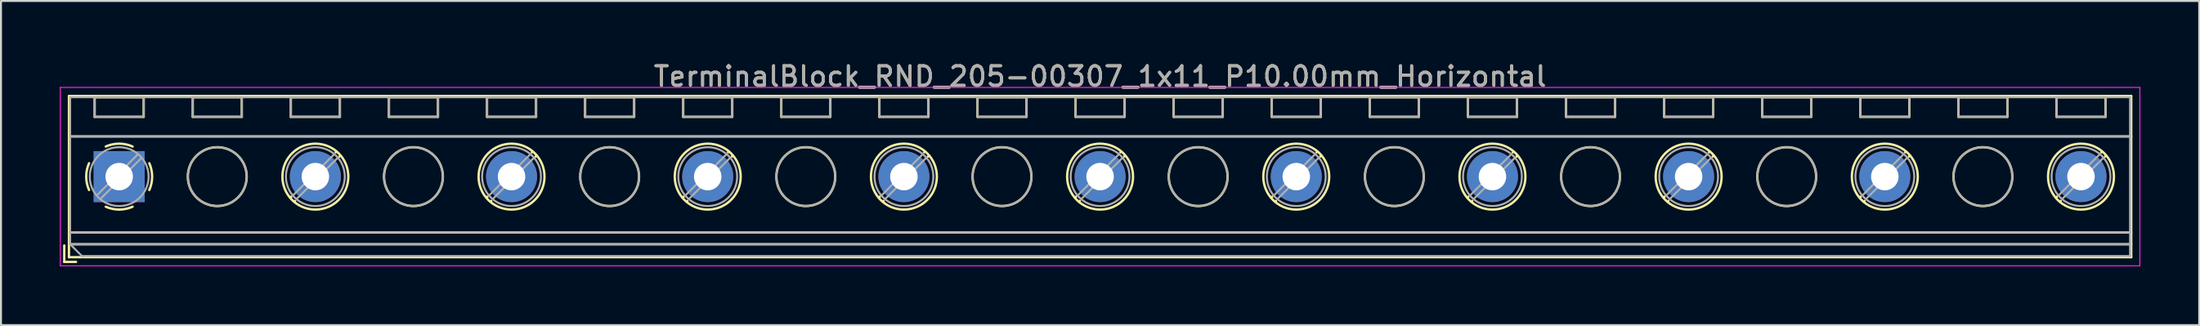
<source format=kicad_pcb>
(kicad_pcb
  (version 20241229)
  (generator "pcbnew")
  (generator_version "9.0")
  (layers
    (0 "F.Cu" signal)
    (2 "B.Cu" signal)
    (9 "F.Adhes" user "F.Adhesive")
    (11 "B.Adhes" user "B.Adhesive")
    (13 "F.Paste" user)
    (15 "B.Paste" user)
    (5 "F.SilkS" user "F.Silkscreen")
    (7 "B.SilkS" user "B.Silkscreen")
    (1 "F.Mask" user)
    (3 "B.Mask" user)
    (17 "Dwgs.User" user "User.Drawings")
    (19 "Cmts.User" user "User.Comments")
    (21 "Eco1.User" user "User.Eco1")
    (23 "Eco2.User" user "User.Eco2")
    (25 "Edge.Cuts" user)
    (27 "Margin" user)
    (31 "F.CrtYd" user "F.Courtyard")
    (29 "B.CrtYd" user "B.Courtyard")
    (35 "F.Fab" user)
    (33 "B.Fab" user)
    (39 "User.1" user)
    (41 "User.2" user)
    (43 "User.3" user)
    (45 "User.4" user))
  (footprint "TerminalBlock_RND_205-00307_1x11_P10.00mm_Horizontal"
    (layer "F.Cu")
    (at 3.025 5.958)
    (property "Reference" "TerminalBlock_RND_205-00307_1x11_P10.00mm_Horizontal" (at 50 -5.11 0) (layer "F.SilkS") (effects (font (size 1 1) (thickness 0.15))))
    (attr through_hole)
    (fp_line (start -2.8 3.51) (end -2.8 4.35) (stroke (width 0.12) (type solid)) (layer "F.SilkS"))
    (fp_line (start -2.8 4.35) (end -2.2 4.35) (stroke (width 0.12) (type solid)) (layer "F.SilkS"))
    (fp_line (start -2.56 -4.11) (end -2.56 4.11) (stroke (width 0.12) (type solid)) (layer "F.SilkS"))
    (fp_line (start -2.56 -4.11) (end 102.56 -4.11) (stroke (width 0.12) (type solid)) (layer "F.SilkS"))
    (fp_line (start -2.56 -2.05) (end 102.56 -2.05) (stroke (width 0.12) (type solid)) (layer "F.SilkS"))
    (fp_line (start -2.56 2.85) (end 102.56 2.85) (stroke (width 0.12) (type solid)) (layer "F.SilkS"))
    (fp_line (start -2.56 3.45) (end 102.56 3.45) (stroke (width 0.12) (type solid)) (layer "F.SilkS"))
    (fp_line (start -2.56 4.11) (end 102.56 4.11) (stroke (width 0.12) (type solid)) (layer "F.SilkS"))
    (fp_line (start -1.25 -4.05) (end -1.25 -3.05) (stroke (width 0.12) (type solid)) (layer "F.SilkS"))
    (fp_line (start -1.25 -4.05) (end 1.25 -4.05) (stroke (width 0.12) (type solid)) (layer "F.SilkS"))
    (fp_line (start -1.25 -3.05) (end 1.25 -3.05) (stroke (width 0.12) (type solid)) (layer "F.SilkS"))
    (fp_line (start 1.25 -4.05) (end 1.25 -3.05) (stroke (width 0.12) (type solid)) (layer "F.SilkS"))
    (fp_line (start 3.75 -4.05) (end 3.75 -3.05) (stroke (width 0.12) (type solid)) (layer "F.SilkS"))
    (fp_line (start 3.75 -4.05) (end 6.25 -4.05) (stroke (width 0.12) (type solid)) (layer "F.SilkS"))
    (fp_line (start 3.75 -3.05) (end 6.25 -3.05) (stroke (width 0.12) (type solid)) (layer "F.SilkS"))
    (fp_line (start 6.25 -4.05) (end 6.25 -3.05) (stroke (width 0.12) (type solid)) (layer "F.SilkS"))
    (fp_line (start 8.75 -4.05) (end 8.75 -3.05) (stroke (width 0.12) (type solid)) (layer "F.SilkS"))
    (fp_line (start 8.75 -4.05) (end 11.25 -4.05) (stroke (width 0.12) (type solid)) (layer "F.SilkS"))
    (fp_line (start 8.75 -3.05) (end 11.25 -3.05) (stroke (width 0.12) (type solid)) (layer "F.SilkS"))
    (fp_line (start 8.773 1.023) (end 8.726 1.069) (stroke (width 0.12) (type solid)) (layer "F.SilkS"))
    (fp_line (start 8.966 1.239) (end 8.931 1.274) (stroke (width 0.12) (type solid)) (layer "F.SilkS"))
    (fp_line (start 11.07 -1.275) (end 11.035 -1.239) (stroke (width 0.12) (type solid)) (layer "F.SilkS"))
    (fp_line (start 11.25 -4.05) (end 11.25 -3.05) (stroke (width 0.12) (type solid)) (layer "F.SilkS"))
    (fp_line (start 11.275 -1.069) (end 11.228 -1.023) (stroke (width 0.12) (type solid)) (layer "F.SilkS"))
    (fp_line (start 13.75 -4.05) (end 13.75 -3.05) (stroke (width 0.12) (type solid)) (layer "F.SilkS"))
    (fp_line (start 13.75 -4.05) (end 16.25 -4.05) (stroke (width 0.12) (type solid)) (layer "F.SilkS"))
    (fp_line (start 13.75 -3.05) (end 16.25 -3.05) (stroke (width 0.12) (type solid)) (layer "F.SilkS"))
    (fp_line (start 16.25 -4.05) (end 16.25 -3.05) (stroke (width 0.12) (type solid)) (layer "F.SilkS"))
    (fp_line (start 18.75 -4.05) (end 18.75 -3.05) (stroke (width 0.12) (type solid)) (layer "F.SilkS"))
    (fp_line (start 18.75 -4.05) (end 21.25 -4.05) (stroke (width 0.12) (type solid)) (layer "F.SilkS"))
    (fp_line (start 18.75 -3.05) (end 21.25 -3.05) (stroke (width 0.12) (type solid)) (layer "F.SilkS"))
    (fp_line (start 18.773 1.023) (end 18.726 1.069) (stroke (width 0.12) (type solid)) (layer "F.SilkS"))
    (fp_line (start 18.966 1.239) (end 18.931 1.274) (stroke (width 0.12) (type solid)) (layer "F.SilkS"))
    (fp_line (start 21.07 -1.275) (end 21.035 -1.239) (stroke (width 0.12) (type solid)) (layer "F.SilkS"))
    (fp_line (start 21.25 -4.05) (end 21.25 -3.05) (stroke (width 0.12) (type solid)) (layer "F.SilkS"))
    (fp_line (start 21.275 -1.069) (end 21.228 -1.023) (stroke (width 0.12) (type solid)) (layer "F.SilkS"))
    (fp_line (start 23.75 -4.05) (end 23.75 -3.05) (stroke (width 0.12) (type solid)) (layer "F.SilkS"))
    (fp_line (start 23.75 -4.05) (end 26.25 -4.05) (stroke (width 0.12) (type solid)) (layer "F.SilkS"))
    (fp_line (start 23.75 -3.05) (end 26.25 -3.05) (stroke (width 0.12) (type solid)) (layer "F.SilkS"))
    (fp_line (start 26.25 -4.05) (end 26.25 -3.05) (stroke (width 0.12) (type solid)) (layer "F.SilkS"))
    (fp_line (start 28.75 -4.05) (end 28.75 -3.05) (stroke (width 0.12) (type solid)) (layer "F.SilkS"))
    (fp_line (start 28.75 -4.05) (end 31.25 -4.05) (stroke (width 0.12) (type solid)) (layer "F.SilkS"))
    (fp_line (start 28.75 -3.05) (end 31.25 -3.05) (stroke (width 0.12) (type solid)) (layer "F.SilkS"))
    (fp_line (start 28.773 1.023) (end 28.726 1.069) (stroke (width 0.12) (type solid)) (layer "F.SilkS"))
    (fp_line (start 28.966 1.239) (end 28.931 1.274) (stroke (width 0.12) (type solid)) (layer "F.SilkS"))
    (fp_line (start 31.07 -1.275) (end 31.035 -1.239) (stroke (width 0.12) (type solid)) (layer "F.SilkS"))
    (fp_line (start 31.25 -4.05) (end 31.25 -3.05) (stroke (width 0.12) (type solid)) (layer "F.SilkS"))
    (fp_line (start 31.275 -1.069) (end 31.228 -1.023) (stroke (width 0.12) (type solid)) (layer "F.SilkS"))
    (fp_line (start 33.75 -4.05) (end 33.75 -3.05) (stroke (width 0.12) (type solid)) (layer "F.SilkS"))
    (fp_line (start 33.75 -4.05) (end 36.25 -4.05) (stroke (width 0.12) (type solid)) (layer "F.SilkS"))
    (fp_line (start 33.75 -3.05) (end 36.25 -3.05) (stroke (width 0.12) (type solid)) (layer "F.SilkS"))
    (fp_line (start 36.25 -4.05) (end 36.25 -3.05) (stroke (width 0.12) (type solid)) (layer "F.SilkS"))
    (fp_line (start 38.75 -4.05) (end 38.75 -3.05) (stroke (width 0.12) (type solid)) (layer "F.SilkS"))
    (fp_line (start 38.75 -4.05) (end 41.25 -4.05) (stroke (width 0.12) (type solid)) (layer "F.SilkS"))
    (fp_line (start 38.75 -3.05) (end 41.25 -3.05) (stroke (width 0.12) (type solid)) (layer "F.SilkS"))
    (fp_line (start 38.773 1.023) (end 38.726 1.069) (stroke (width 0.12) (type solid)) (layer "F.SilkS"))
    (fp_line (start 38.966 1.239) (end 38.931 1.274) (stroke (width 0.12) (type solid)) (layer "F.SilkS"))
    (fp_line (start 41.07 -1.275) (end 41.035 -1.239) (stroke (width 0.12) (type solid)) (layer "F.SilkS"))
    (fp_line (start 41.25 -4.05) (end 41.25 -3.05) (stroke (width 0.12) (type solid)) (layer "F.SilkS"))
    (fp_line (start 41.275 -1.069) (end 41.228 -1.023) (stroke (width 0.12) (type solid)) (layer "F.SilkS"))
    (fp_line (start 43.75 -4.05) (end 43.75 -3.05) (stroke (width 0.12) (type solid)) (layer "F.SilkS"))
    (fp_line (start 43.75 -4.05) (end 46.25 -4.05) (stroke (width 0.12) (type solid)) (layer "F.SilkS"))
    (fp_line (start 43.75 -3.05) (end 46.25 -3.05) (stroke (width 0.12) (type solid)) (layer "F.SilkS"))
    (fp_line (start 46.25 -4.05) (end 46.25 -3.05) (stroke (width 0.12) (type solid)) (layer "F.SilkS"))
    (fp_line (start 48.75 -4.05) (end 48.75 -3.05) (stroke (width 0.12) (type solid)) (layer "F.SilkS"))
    (fp_line (start 48.75 -4.05) (end 51.25 -4.05) (stroke (width 0.12) (type solid)) (layer "F.SilkS"))
    (fp_line (start 48.75 -3.05) (end 51.25 -3.05) (stroke (width 0.12) (type solid)) (layer "F.SilkS"))
    (fp_line (start 48.773 1.023) (end 48.726 1.069) (stroke (width 0.12) (type solid)) (layer "F.SilkS"))
    (fp_line (start 48.966 1.239) (end 48.931 1.274) (stroke (width 0.12) (type solid)) (layer "F.SilkS"))
    (fp_line (start 51.07 -1.275) (end 51.035 -1.239) (stroke (width 0.12) (type solid)) (layer "F.SilkS"))
    (fp_line (start 51.25 -4.05) (end 51.25 -3.05) (stroke (width 0.12) (type solid)) (layer "F.SilkS"))
    (fp_line (start 51.275 -1.069) (end 51.228 -1.023) (stroke (width 0.12) (type solid)) (layer "F.SilkS"))
    (fp_line (start 53.75 -4.05) (end 53.75 -3.05) (stroke (width 0.12) (type solid)) (layer "F.SilkS"))
    (fp_line (start 53.75 -4.05) (end 56.25 -4.05) (stroke (width 0.12) (type solid)) (layer "F.SilkS"))
    (fp_line (start 53.75 -3.05) (end 56.25 -3.05) (stroke (width 0.12) (type solid)) (layer "F.SilkS"))
    (fp_line (start 56.25 -4.05) (end 56.25 -3.05) (stroke (width 0.12) (type solid)) (layer "F.SilkS"))
    (fp_line (start 58.75 -4.05) (end 58.75 -3.05) (stroke (width 0.12) (type solid)) (layer "F.SilkS"))
    (fp_line (start 58.75 -4.05) (end 61.25 -4.05) (stroke (width 0.12) (type solid)) (layer "F.SilkS"))
    (fp_line (start 58.75 -3.05) (end 61.25 -3.05) (stroke (width 0.12) (type solid)) (layer "F.SilkS"))
    (fp_line (start 58.773 1.023) (end 58.726 1.069) (stroke (width 0.12) (type solid)) (layer "F.SilkS"))
    (fp_line (start 58.966 1.239) (end 58.931 1.274) (stroke (width 0.12) (type solid)) (layer "F.SilkS"))
    (fp_line (start 61.07 -1.275) (end 61.035 -1.239) (stroke (width 0.12) (type solid)) (layer "F.SilkS"))
    (fp_line (start 61.25 -4.05) (end 61.25 -3.05) (stroke (width 0.12) (type solid)) (layer "F.SilkS"))
    (fp_line (start 61.275 -1.069) (end 61.228 -1.023) (stroke (width 0.12) (type solid)) (layer "F.SilkS"))
    (fp_line (start 63.75 -4.05) (end 63.75 -3.05) (stroke (width 0.12) (type solid)) (layer "F.SilkS"))
    (fp_line (start 63.75 -4.05) (end 66.25 -4.05) (stroke (width 0.12) (type solid)) (layer "F.SilkS"))
    (fp_line (start 63.75 -3.05) (end 66.25 -3.05) (stroke (width 0.12) (type solid)) (layer "F.SilkS"))
    (fp_line (start 66.25 -4.05) (end 66.25 -3.05) (stroke (width 0.12) (type solid)) (layer "F.SilkS"))
    (fp_line (start 68.75 -4.05) (end 68.75 -3.05) (stroke (width 0.12) (type solid)) (layer "F.SilkS"))
    (fp_line (start 68.75 -4.05) (end 71.25 -4.05) (stroke (width 0.12) (type solid)) (layer "F.SilkS"))
    (fp_line (start 68.75 -3.05) (end 71.25 -3.05) (stroke (width 0.12) (type solid)) (layer "F.SilkS"))
    (fp_line (start 68.773 1.023) (end 68.726 1.069) (stroke (width 0.12) (type solid)) (layer "F.SilkS"))
    (fp_line (start 68.966 1.239) (end 68.931 1.274) (stroke (width 0.12) (type solid)) (layer "F.SilkS"))
    (fp_line (start 71.07 -1.275) (end 71.035 -1.239) (stroke (width 0.12) (type solid)) (layer "F.SilkS"))
    (fp_line (start 71.25 -4.05) (end 71.25 -3.05) (stroke (width 0.12) (type solid)) (layer "F.SilkS"))
    (fp_line (start 71.275 -1.069) (end 71.228 -1.023) (stroke (width 0.12) (type solid)) (layer "F.SilkS"))
    (fp_line (start 73.75 -4.05) (end 73.75 -3.05) (stroke (width 0.12) (type solid)) (layer "F.SilkS"))
    (fp_line (start 73.75 -4.05) (end 76.25 -4.05) (stroke (width 0.12) (type solid)) (layer "F.SilkS"))
    (fp_line (start 73.75 -3.05) (end 76.25 -3.05) (stroke (width 0.12) (type solid)) (layer "F.SilkS"))
    (fp_line (start 76.25 -4.05) (end 76.25 -3.05) (stroke (width 0.12) (type solid)) (layer "F.SilkS"))
    (fp_line (start 78.75 -4.05) (end 78.75 -3.05) (stroke (width 0.12) (type solid)) (layer "F.SilkS"))
    (fp_line (start 78.75 -4.05) (end 81.25 -4.05) (stroke (width 0.12) (type solid)) (layer "F.SilkS"))
    (fp_line (start 78.75 -3.05) (end 81.25 -3.05) (stroke (width 0.12) (type solid)) (layer "F.SilkS"))
    (fp_line (start 78.773 1.023) (end 78.726 1.069) (stroke (width 0.12) (type solid)) (layer "F.SilkS"))
    (fp_line (start 78.966 1.239) (end 78.931 1.274) (stroke (width 0.12) (type solid)) (layer "F.SilkS"))
    (fp_line (start 81.07 -1.275) (end 81.035 -1.239) (stroke (width 0.12) (type solid)) (layer "F.SilkS"))
    (fp_line (start 81.25 -4.05) (end 81.25 -3.05) (stroke (width 0.12) (type solid)) (layer "F.SilkS"))
    (fp_line (start 81.275 -1.069) (end 81.228 -1.023) (stroke (width 0.12) (type solid)) (layer "F.SilkS"))
    (fp_line (start 83.75 -4.05) (end 83.75 -3.05) (stroke (width 0.12) (type solid)) (layer "F.SilkS"))
    (fp_line (start 83.75 -4.05) (end 86.25 -4.05) (stroke (width 0.12) (type solid)) (layer "F.SilkS"))
    (fp_line (start 83.75 -3.05) (end 86.25 -3.05) (stroke (width 0.12) (type solid)) (layer "F.SilkS"))
    (fp_line (start 86.25 -4.05) (end 86.25 -3.05) (stroke (width 0.12) (type solid)) (layer "F.SilkS"))
    (fp_line (start 88.75 -4.05) (end 88.75 -3.05) (stroke (width 0.12) (type solid)) (layer "F.SilkS"))
    (fp_line (start 88.75 -4.05) (end 91.25 -4.05) (stroke (width 0.12) (type solid)) (layer "F.SilkS"))
    (fp_line (start 88.75 -3.05) (end 91.25 -3.05) (stroke (width 0.12) (type solid)) (layer "F.SilkS"))
    (fp_line (start 88.773 1.023) (end 88.726 1.069) (stroke (width 0.12) (type solid)) (layer "F.SilkS"))
    (fp_line (start 88.966 1.239) (end 88.931 1.274) (stroke (width 0.12) (type solid)) (layer "F.SilkS"))
    (fp_line (start 91.07 -1.275) (end 91.035 -1.239) (stroke (width 0.12) (type solid)) (layer "F.SilkS"))
    (fp_line (start 91.25 -4.05) (end 91.25 -3.05) (stroke (width 0.12) (type solid)) (layer "F.SilkS"))
    (fp_line (start 91.275 -1.069) (end 91.228 -1.023) (stroke (width 0.12) (type solid)) (layer "F.SilkS"))
    (fp_line (start 93.75 -4.05) (end 93.75 -3.05) (stroke (width 0.12) (type solid)) (layer "F.SilkS"))
    (fp_line (start 93.75 -4.05) (end 96.25 -4.05) (stroke (width 0.12) (type solid)) (layer "F.SilkS"))
    (fp_line (start 93.75 -3.05) (end 96.25 -3.05) (stroke (width 0.12) (type solid)) (layer "F.SilkS"))
    (fp_line (start 96.25 -4.05) (end 96.25 -3.05) (stroke (width 0.12) (type solid)) (layer "F.SilkS"))
    (fp_line (start 98.75 -4.05) (end 98.75 -3.05) (stroke (width 0.12) (type solid)) (layer "F.SilkS"))
    (fp_line (start 98.75 -4.05) (end 101.25 -4.05) (stroke (width 0.12) (type solid)) (layer "F.SilkS"))
    (fp_line (start 98.75 -3.05) (end 101.25 -3.05) (stroke (width 0.12) (type solid)) (layer "F.SilkS"))
    (fp_line (start 98.773 1.023) (end 98.726 1.069) (stroke (width 0.12) (type solid)) (layer "F.SilkS"))
    (fp_line (start 98.966 1.239) (end 98.931 1.274) (stroke (width 0.12) (type solid)) (layer "F.SilkS"))
    (fp_line (start 101.07 -1.275) (end 101.035 -1.239) (stroke (width 0.12) (type solid)) (layer "F.SilkS"))
    (fp_line (start 101.25 -4.05) (end 101.25 -3.05) (stroke (width 0.12) (type solid)) (layer "F.SilkS"))
    (fp_line (start 101.275 -1.069) (end 101.228 -1.023) (stroke (width 0.12) (type solid)) (layer "F.SilkS"))
    (fp_line (start 102.56 -4.11) (end 102.56 4.11) (stroke (width 0.12) (type solid)) (layer "F.SilkS"))
    (fp_arc (start -1.535427 0.683042) (mid -1.680501 -0.000524) (end -1.535 -0.684) (stroke (width 0.12) (type solid)) (layer "F.SilkS"))
    (fp_arc (start -0.683042 -1.535427) (mid 0.000524 -1.680501) (end 0.684 -1.535) (stroke (width 0.12) (type solid)) (layer "F.SilkS"))
    (fp_arc (start 0.028805 1.680253) (mid -0.335551 1.646659) (end -0.684 1.535) (stroke (width 0.12) (type solid)) (layer "F.SilkS"))
    (fp_arc (start 0.683318 1.534756) (mid 0.349292 1.643288) (end 0 1.68) (stroke (width 0.12) (type solid)) (layer "F.SilkS"))
    (fp_arc (start 1.535427 -0.683042) (mid 1.680501 0.000524) (end 1.535 0.684) (stroke (width 0.12) (type solid)) (layer "F.SilkS"))
    (fp_circle (center 5 0) (end 6.5 0) (stroke (width 0.12) (type solid)) (fill no) (layer "F.SilkS"))
    (fp_circle (center 10 0) (end 11.68 0) (stroke (width 0.12) (type solid)) (fill no) (layer "F.SilkS"))
    (fp_circle (center 15 0) (end 16.5 0) (stroke (width 0.12) (type solid)) (fill no) (layer "F.SilkS"))
    (fp_circle (center 20 0) (end 21.68 0) (stroke (width 0.12) (type solid)) (fill no) (layer "F.SilkS"))
    (fp_circle (center 25 0) (end 26.5 0) (stroke (width 0.12) (type solid)) (fill no) (layer "F.SilkS"))
    (fp_circle (center 30 0) (end 31.68 0) (stroke (width 0.12) (type solid)) (fill no) (layer "F.SilkS"))
    (fp_circle (center 35 0) (end 36.5 0) (stroke (width 0.12) (type solid)) (fill no) (layer "F.SilkS"))
    (fp_circle (center 40 0) (end 41.68 0) (stroke (width 0.12) (type solid)) (fill no) (layer "F.SilkS"))
    (fp_circle (center 45 0) (end 46.5 0) (stroke (width 0.12) (type solid)) (fill no) (layer "F.SilkS"))
    (fp_circle (center 50 0) (end 51.68 0) (stroke (width 0.12) (type solid)) (fill no) (layer "F.SilkS"))
    (fp_circle (center 55 0) (end 56.5 0) (stroke (width 0.12) (type solid)) (fill no) (layer "F.SilkS"))
    (fp_circle (center 60 0) (end 61.68 0) (stroke (width 0.12) (type solid)) (fill no) (layer "F.SilkS"))
    (fp_circle (center 65 0) (end 66.5 0) (stroke (width 0.12) (type solid)) (fill no) (layer "F.SilkS"))
    (fp_circle (center 70 0) (end 71.68 0) (stroke (width 0.12) (type solid)) (fill no) (layer "F.SilkS"))
    (fp_circle (center 75 0) (end 76.5 0) (stroke (width 0.12) (type solid)) (fill no) (layer "F.SilkS"))
    (fp_circle (center 80 0) (end 81.68 0) (stroke (width 0.12) (type solid)) (fill no) (layer "F.SilkS"))
    (fp_circle (center 85 0) (end 86.5 0) (stroke (width 0.12) (type solid)) (fill no) (layer "F.SilkS"))
    (fp_circle (center 90 0) (end 91.68 0) (stroke (width 0.12) (type solid)) (fill no) (layer "F.SilkS"))
    (fp_circle (center 95 0) (end 96.5 0) (stroke (width 0.12) (type solid)) (fill no) (layer "F.SilkS"))
    (fp_circle (center 100 0) (end 101.68 0) (stroke (width 0.12) (type solid)) (fill no) (layer "F.SilkS"))
    (fp_line (start -3 -4.55) (end -3 4.55) (stroke (width 0.05) (type solid)) (layer "F.CrtYd"))
    (fp_line (start -3 4.55) (end 103 4.55) (stroke (width 0.05) (type solid)) (layer "F.CrtYd"))
    (fp_line (start 103 -4.55) (end -3 -4.55) (stroke (width 0.05) (type solid)) (layer "F.CrtYd"))
    (fp_line (start 103 4.55) (end 103 -4.55) (stroke (width 0.05) (type solid)) (layer "F.CrtYd"))
    (fp_line (start -2.5 -4.05) (end 102.5 -4.05) (stroke (width 0.1) (type solid)) (layer "F.Fab"))
    (fp_line (start -2.5 -2.05) (end 102.5 -2.05) (stroke (width 0.1) (type solid)) (layer "F.Fab"))
    (fp_line (start -2.5 2.85) (end 102.5 2.85) (stroke (width 0.1) (type solid)) (layer "F.Fab"))
    (fp_line (start -2.5 3.45) (end -2.5 -4.05) (stroke (width 0.1) (type solid)) (layer "F.Fab"))
    (fp_line (start -2.5 3.45) (end 102.5 3.45) (stroke (width 0.1) (type solid)) (layer "F.Fab"))
    (fp_line (start -1.9 4.05) (end -2.5 3.45) (stroke (width 0.1) (type solid)) (layer "F.Fab"))
    (fp_line (start -1.25 -4.05) (end -1.25 -3.05) (stroke (width 0.1) (type solid)) (layer "F.Fab"))
    (fp_line (start -1.25 -3.05) (end 1.25 -3.05) (stroke (width 0.1) (type solid)) (layer "F.Fab"))
    (fp_line (start 0.955 -1.138) (end -1.138 0.955) (stroke (width 0.1) (type solid)) (layer "F.Fab"))
    (fp_line (start 1.138 -0.955) (end -0.955 1.138) (stroke (width 0.1) (type solid)) (layer "F.Fab"))
    (fp_line (start 1.25 -4.05) (end -1.25 -4.05) (stroke (width 0.1) (type solid)) (layer "F.Fab"))
    (fp_line (start 1.25 -3.05) (end 1.25 -4.05) (stroke (width 0.1) (type solid)) (layer "F.Fab"))
    (fp_line (start 3.75 -4.05) (end 3.75 -3.05) (stroke (width 0.1) (type solid)) (layer "F.Fab"))
    (fp_line (start 3.75 -3.05) (end 6.25 -3.05) (stroke (width 0.1) (type solid)) (layer "F.Fab"))
    (fp_line (start 6.25 -4.05) (end 3.75 -4.05) (stroke (width 0.1) (type solid)) (layer "F.Fab"))
    (fp_line (start 6.25 -3.05) (end 6.25 -4.05) (stroke (width 0.1) (type solid)) (layer "F.Fab"))
    (fp_line (start 8.75 -4.05) (end 8.75 -3.05) (stroke (width 0.1) (type solid)) (layer "F.Fab"))
    (fp_line (start 8.75 -3.05) (end 11.25 -3.05) (stroke (width 0.1) (type solid)) (layer "F.Fab"))
    (fp_line (start 10.955 -1.138) (end 8.863 0.955) (stroke (width 0.1) (type solid)) (layer "F.Fab"))
    (fp_line (start 11.138 -0.955) (end 9.046 1.138) (stroke (width 0.1) (type solid)) (layer "F.Fab"))
    (fp_line (start 11.25 -4.05) (end 8.75 -4.05) (stroke (width 0.1) (type solid)) (layer "F.Fab"))
    (fp_line (start 11.25 -3.05) (end 11.25 -4.05) (stroke (width 0.1) (type solid)) (layer "F.Fab"))
    (fp_line (start 13.75 -4.05) (end 13.75 -3.05) (stroke (width 0.1) (type solid)) (layer "F.Fab"))
    (fp_line (start 13.75 -3.05) (end 16.25 -3.05) (stroke (width 0.1) (type solid)) (layer "F.Fab"))
    (fp_line (start 16.25 -4.05) (end 13.75 -4.05) (stroke (width 0.1) (type solid)) (layer "F.Fab"))
    (fp_line (start 16.25 -3.05) (end 16.25 -4.05) (stroke (width 0.1) (type solid)) (layer "F.Fab"))
    (fp_line (start 18.75 -4.05) (end 18.75 -3.05) (stroke (width 0.1) (type solid)) (layer "F.Fab"))
    (fp_line (start 18.75 -3.05) (end 21.25 -3.05) (stroke (width 0.1) (type solid)) (layer "F.Fab"))
    (fp_line (start 20.955 -1.138) (end 18.863 0.955) (stroke (width 0.1) (type solid)) (layer "F.Fab"))
    (fp_line (start 21.138 -0.955) (end 19.046 1.138) (stroke (width 0.1) (type solid)) (layer "F.Fab"))
    (fp_line (start 21.25 -4.05) (end 18.75 -4.05) (stroke (width 0.1) (type solid)) (layer "F.Fab"))
    (fp_line (start 21.25 -3.05) (end 21.25 -4.05) (stroke (width 0.1) (type solid)) (layer "F.Fab"))
    (fp_line (start 23.75 -4.05) (end 23.75 -3.05) (stroke (width 0.1) (type solid)) (layer "F.Fab"))
    (fp_line (start 23.75 -3.05) (end 26.25 -3.05) (stroke (width 0.1) (type solid)) (layer "F.Fab"))
    (fp_line (start 26.25 -4.05) (end 23.75 -4.05) (stroke (width 0.1) (type solid)) (layer "F.Fab"))
    (fp_line (start 26.25 -3.05) (end 26.25 -4.05) (stroke (width 0.1) (type solid)) (layer "F.Fab"))
    (fp_line (start 28.75 -4.05) (end 28.75 -3.05) (stroke (width 0.1) (type solid)) (layer "F.Fab"))
    (fp_line (start 28.75 -3.05) (end 31.25 -3.05) (stroke (width 0.1) (type solid)) (layer "F.Fab"))
    (fp_line (start 30.955 -1.138) (end 28.863 0.955) (stroke (width 0.1) (type solid)) (layer "F.Fab"))
    (fp_line (start 31.138 -0.955) (end 29.046 1.138) (stroke (width 0.1) (type solid)) (layer "F.Fab"))
    (fp_line (start 31.25 -4.05) (end 28.75 -4.05) (stroke (width 0.1) (type solid)) (layer "F.Fab"))
    (fp_line (start 31.25 -3.05) (end 31.25 -4.05) (stroke (width 0.1) (type solid)) (layer "F.Fab"))
    (fp_line (start 33.75 -4.05) (end 33.75 -3.05) (stroke (width 0.1) (type solid)) (layer "F.Fab"))
    (fp_line (start 33.75 -3.05) (end 36.25 -3.05) (stroke (width 0.1) (type solid)) (layer "F.Fab"))
    (fp_line (start 36.25 -4.05) (end 33.75 -4.05) (stroke (width 0.1) (type solid)) (layer "F.Fab"))
    (fp_line (start 36.25 -3.05) (end 36.25 -4.05) (stroke (width 0.1) (type solid)) (layer "F.Fab"))
    (fp_line (start 38.75 -4.05) (end 38.75 -3.05) (stroke (width 0.1) (type solid)) (layer "F.Fab"))
    (fp_line (start 38.75 -3.05) (end 41.25 -3.05) (stroke (width 0.1) (type solid)) (layer "F.Fab"))
    (fp_line (start 40.955 -1.138) (end 38.863 0.955) (stroke (width 0.1) (type solid)) (layer "F.Fab"))
    (fp_line (start 41.138 -0.955) (end 39.046 1.138) (stroke (width 0.1) (type solid)) (layer "F.Fab"))
    (fp_line (start 41.25 -4.05) (end 38.75 -4.05) (stroke (width 0.1) (type solid)) (layer "F.Fab"))
    (fp_line (start 41.25 -3.05) (end 41.25 -4.05) (stroke (width 0.1) (type solid)) (layer "F.Fab"))
    (fp_line (start 43.75 -4.05) (end 43.75 -3.05) (stroke (width 0.1) (type solid)) (layer "F.Fab"))
    (fp_line (start 43.75 -3.05) (end 46.25 -3.05) (stroke (width 0.1) (type solid)) (layer "F.Fab"))
    (fp_line (start 46.25 -4.05) (end 43.75 -4.05) (stroke (width 0.1) (type solid)) (layer "F.Fab"))
    (fp_line (start 46.25 -3.05) (end 46.25 -4.05) (stroke (width 0.1) (type solid)) (layer "F.Fab"))
    (fp_line (start 48.75 -4.05) (end 48.75 -3.05) (stroke (width 0.1) (type solid)) (layer "F.Fab"))
    (fp_line (start 48.75 -3.05) (end 51.25 -3.05) (stroke (width 0.1) (type solid)) (layer "F.Fab"))
    (fp_line (start 50.955 -1.138) (end 48.863 0.955) (stroke (width 0.1) (type solid)) (layer "F.Fab"))
    (fp_line (start 51.138 -0.955) (end 49.046 1.138) (stroke (width 0.1) (type solid)) (layer "F.Fab"))
    (fp_line (start 51.25 -4.05) (end 48.75 -4.05) (stroke (width 0.1) (type solid)) (layer "F.Fab"))
    (fp_line (start 51.25 -3.05) (end 51.25 -4.05) (stroke (width 0.1) (type solid)) (layer "F.Fab"))
    (fp_line (start 53.75 -4.05) (end 53.75 -3.05) (stroke (width 0.1) (type solid)) (layer "F.Fab"))
    (fp_line (start 53.75 -3.05) (end 56.25 -3.05) (stroke (width 0.1) (type solid)) (layer "F.Fab"))
    (fp_line (start 56.25 -4.05) (end 53.75 -4.05) (stroke (width 0.1) (type solid)) (layer "F.Fab"))
    (fp_line (start 56.25 -3.05) (end 56.25 -4.05) (stroke (width 0.1) (type solid)) (layer "F.Fab"))
    (fp_line (start 58.75 -4.05) (end 58.75 -3.05) (stroke (width 0.1) (type solid)) (layer "F.Fab"))
    (fp_line (start 58.75 -3.05) (end 61.25 -3.05) (stroke (width 0.1) (type solid)) (layer "F.Fab"))
    (fp_line (start 60.955 -1.138) (end 58.863 0.955) (stroke (width 0.1) (type solid)) (layer "F.Fab"))
    (fp_line (start 61.138 -0.955) (end 59.046 1.138) (stroke (width 0.1) (type solid)) (layer "F.Fab"))
    (fp_line (start 61.25 -4.05) (end 58.75 -4.05) (stroke (width 0.1) (type solid)) (layer "F.Fab"))
    (fp_line (start 61.25 -3.05) (end 61.25 -4.05) (stroke (width 0.1) (type solid)) (layer "F.Fab"))
    (fp_line (start 63.75 -4.05) (end 63.75 -3.05) (stroke (width 0.1) (type solid)) (layer "F.Fab"))
    (fp_line (start 63.75 -3.05) (end 66.25 -3.05) (stroke (width 0.1) (type solid)) (layer "F.Fab"))
    (fp_line (start 66.25 -4.05) (end 63.75 -4.05) (stroke (width 0.1) (type solid)) (layer "F.Fab"))
    (fp_line (start 66.25 -3.05) (end 66.25 -4.05) (stroke (width 0.1) (type solid)) (layer "F.Fab"))
    (fp_line (start 68.75 -4.05) (end 68.75 -3.05) (stroke (width 0.1) (type solid)) (layer "F.Fab"))
    (fp_line (start 68.75 -3.05) (end 71.25 -3.05) (stroke (width 0.1) (type solid)) (layer "F.Fab"))
    (fp_line (start 70.955 -1.138) (end 68.863 0.955) (stroke (width 0.1) (type solid)) (layer "F.Fab"))
    (fp_line (start 71.138 -0.955) (end 69.046 1.138) (stroke (width 0.1) (type solid)) (layer "F.Fab"))
    (fp_line (start 71.25 -4.05) (end 68.75 -4.05) (stroke (width 0.1) (type solid)) (layer "F.Fab"))
    (fp_line (start 71.25 -3.05) (end 71.25 -4.05) (stroke (width 0.1) (type solid)) (layer "F.Fab"))
    (fp_line (start 73.75 -4.05) (end 73.75 -3.05) (stroke (width 0.1) (type solid)) (layer "F.Fab"))
    (fp_line (start 73.75 -3.05) (end 76.25 -3.05) (stroke (width 0.1) (type solid)) (layer "F.Fab"))
    (fp_line (start 76.25 -4.05) (end 73.75 -4.05) (stroke (width 0.1) (type solid)) (layer "F.Fab"))
    (fp_line (start 76.25 -3.05) (end 76.25 -4.05) (stroke (width 0.1) (type solid)) (layer "F.Fab"))
    (fp_line (start 78.75 -4.05) (end 78.75 -3.05) (stroke (width 0.1) (type solid)) (layer "F.Fab"))
    (fp_line (start 78.75 -3.05) (end 81.25 -3.05) (stroke (width 0.1) (type solid)) (layer "F.Fab"))
    (fp_line (start 80.955 -1.138) (end 78.863 0.955) (stroke (width 0.1) (type solid)) (layer "F.Fab"))
    (fp_line (start 81.138 -0.955) (end 79.046 1.138) (stroke (width 0.1) (type solid)) (layer "F.Fab"))
    (fp_line (start 81.25 -4.05) (end 78.75 -4.05) (stroke (width 0.1) (type solid)) (layer "F.Fab"))
    (fp_line (start 81.25 -3.05) (end 81.25 -4.05) (stroke (width 0.1) (type solid)) (layer "F.Fab"))
    (fp_line (start 83.75 -4.05) (end 83.75 -3.05) (stroke (width 0.1) (type solid)) (layer "F.Fab"))
    (fp_line (start 83.75 -3.05) (end 86.25 -3.05) (stroke (width 0.1) (type solid)) (layer "F.Fab"))
    (fp_line (start 86.25 -4.05) (end 83.75 -4.05) (stroke (width 0.1) (type solid)) (layer "F.Fab"))
    (fp_line (start 86.25 -3.05) (end 86.25 -4.05) (stroke (width 0.1) (type solid)) (layer "F.Fab"))
    (fp_line (start 88.75 -4.05) (end 88.75 -3.05) (stroke (width 0.1) (type solid)) (layer "F.Fab"))
    (fp_line (start 88.75 -3.05) (end 91.25 -3.05) (stroke (width 0.1) (type solid)) (layer "F.Fab"))
    (fp_line (start 90.955 -1.138) (end 88.863 0.955) (stroke (width 0.1) (type solid)) (layer "F.Fab"))
    (fp_line (start 91.138 -0.955) (end 89.046 1.138) (stroke (width 0.1) (type solid)) (layer "F.Fab"))
    (fp_line (start 91.25 -4.05) (end 88.75 -4.05) (stroke (width 0.1) (type solid)) (layer "F.Fab"))
    (fp_line (start 91.25 -3.05) (end 91.25 -4.05) (stroke (width 0.1) (type solid)) (layer "F.Fab"))
    (fp_line (start 93.75 -4.05) (end 93.75 -3.05) (stroke (width 0.1) (type solid)) (layer "F.Fab"))
    (fp_line (start 93.75 -3.05) (end 96.25 -3.05) (stroke (width 0.1) (type solid)) (layer "F.Fab"))
    (fp_line (start 96.25 -4.05) (end 93.75 -4.05) (stroke (width 0.1) (type solid)) (layer "F.Fab"))
    (fp_line (start 96.25 -3.05) (end 96.25 -4.05) (stroke (width 0.1) (type solid)) (layer "F.Fab"))
    (fp_line (start 98.75 -4.05) (end 98.75 -3.05) (stroke (width 0.1) (type solid)) (layer "F.Fab"))
    (fp_line (start 98.75 -3.05) (end 101.25 -3.05) (stroke (width 0.1) (type solid)) (layer "F.Fab"))
    (fp_line (start 100.955 -1.138) (end 98.863 0.955) (stroke (width 0.1) (type solid)) (layer "F.Fab"))
    (fp_line (start 101.138 -0.955) (end 99.046 1.138) (stroke (width 0.1) (type solid)) (layer "F.Fab"))
    (fp_line (start 101.25 -4.05) (end 98.75 -4.05) (stroke (width 0.1) (type solid)) (layer "F.Fab"))
    (fp_line (start 101.25 -3.05) (end 101.25 -4.05) (stroke (width 0.1) (type solid)) (layer "F.Fab"))
    (fp_line (start 102.5 -4.05) (end 102.5 4.05) (stroke (width 0.1) (type solid)) (layer "F.Fab"))
    (fp_line (start 102.5 4.05) (end -1.9 4.05) (stroke (width 0.1) (type solid)) (layer "F.Fab"))
    (fp_circle (center 0 0) (end 1.5 0) (stroke (width 0.1) (type solid)) (fill no) (layer "F.Fab"))
    (fp_circle (center 5 0) (end 6.5 0) (stroke (width 0.1) (type solid)) (fill no) (layer "F.Fab"))
    (fp_circle (center 10 0) (end 11.5 0) (stroke (width 0.1) (type solid)) (fill no) (layer "F.Fab"))
    (fp_circle (center 15 0) (end 16.5 0) (stroke (width 0.1) (type solid)) (fill no) (layer "F.Fab"))
    (fp_circle (center 20 0) (end 21.5 0) (stroke (width 0.1) (type solid)) (fill no) (layer "F.Fab"))
    (fp_circle (center 25 0) (end 26.5 0) (stroke (width 0.1) (type solid)) (fill no) (layer "F.Fab"))
    (fp_circle (center 30 0) (end 31.5 0) (stroke (width 0.1) (type solid)) (fill no) (layer "F.Fab"))
    (fp_circle (center 35 0) (end 36.5 0) (stroke (width 0.1) (type solid)) (fill no) (layer "F.Fab"))
    (fp_circle (center 40 0) (end 41.5 0) (stroke (width 0.1) (type solid)) (fill no) (layer "F.Fab"))
    (fp_circle (center 45 0) (end 46.5 0) (stroke (width 0.1) (type solid)) (fill no) (layer "F.Fab"))
    (fp_circle (center 50 0) (end 51.5 0) (stroke (width 0.1) (type solid)) (fill no) (layer "F.Fab"))
    (fp_circle (center 55 0) (end 56.5 0) (stroke (width 0.1) (type solid)) (fill no) (layer "F.Fab"))
    (fp_circle (center 60 0) (end 61.5 0) (stroke (width 0.1) (type solid)) (fill no) (layer "F.Fab"))
    (fp_circle (center 65 0) (end 66.5 0) (stroke (width 0.1) (type solid)) (fill no) (layer "F.Fab"))
    (fp_circle (center 70 0) (end 71.5 0) (stroke (width 0.1) (type solid)) (fill no) (layer "F.Fab"))
    (fp_circle (center 75 0) (end 76.5 0) (stroke (width 0.1) (type solid)) (fill no) (layer "F.Fab"))
    (fp_circle (center 80 0) (end 81.5 0) (stroke (width 0.1) (type solid)) (fill no) (layer "F.Fab"))
    (fp_circle (center 85 0) (end 86.5 0) (stroke (width 0.1) (type solid)) (fill no) (layer "F.Fab"))
    (fp_circle (center 90 0) (end 91.5 0) (stroke (width 0.1) (type solid)) (fill no) (layer "F.Fab"))
    (fp_circle (center 95 0) (end 96.5 0) (stroke (width 0.1) (type solid)) (fill no) (layer "F.Fab"))
    (fp_circle (center 100 0) (end 101.5 0) (stroke (width 0.1) (type solid)) (fill no) (layer "F.Fab"))
    (fp_text user "${REFERENCE}" (at 50 -5.11 0) (layer "F.Fab") (effects (font (size 1 1) (thickness 0.15))))
    (pad "1" thru_hole rect (at 0 0) (size 2.6 2.6) (drill 1.4) (layers "*.Cu" "*.Mask"))
    (pad "2" thru_hole circle (at 10 0) (size 2.6 2.6) (drill 1.4) (layers "*.Cu" "*.Mask"))
    (pad "3" thru_hole circle (at 20 0) (size 2.6 2.6) (drill 1.4) (layers "*.Cu" "*.Mask"))
    (pad "4" thru_hole circle (at 30 0) (size 2.6 2.6) (drill 1.4) (layers "*.Cu" "*.Mask"))
    (pad "5" thru_hole circle (at 40 0) (size 2.6 2.6) (drill 1.4) (layers "*.Cu" "*.Mask"))
    (pad "6" thru_hole circle (at 50 0) (size 2.6 2.6) (drill 1.4) (layers "*.Cu" "*.Mask"))
    (pad "7" thru_hole circle (at 60 0) (size 2.6 2.6) (drill 1.4) (layers "*.Cu" "*.Mask"))
    (pad "8" thru_hole circle (at 70 0) (size 2.6 2.6) (drill 1.4) (layers "*.Cu" "*.Mask"))
    (pad "9" thru_hole circle (at 80 0) (size 2.6 2.6) (drill 1.4) (layers "*.Cu" "*.Mask"))
    (pad "10" thru_hole circle (at 90 0) (size 2.6 2.6) (drill 1.4) (layers "*.Cu" "*.Mask"))
    (pad "11" thru_hole circle (at 100 0) (size 2.6 2.6) (drill 1.4) (layers "*.Cu" "*.Mask")))
  (gr_rect
    (start -3 -3)
    (end 109.05 13.533)
    (stroke (width 0.1) (type default))
    (fill no)
    (layer "Edge.Cuts")))
</source>
